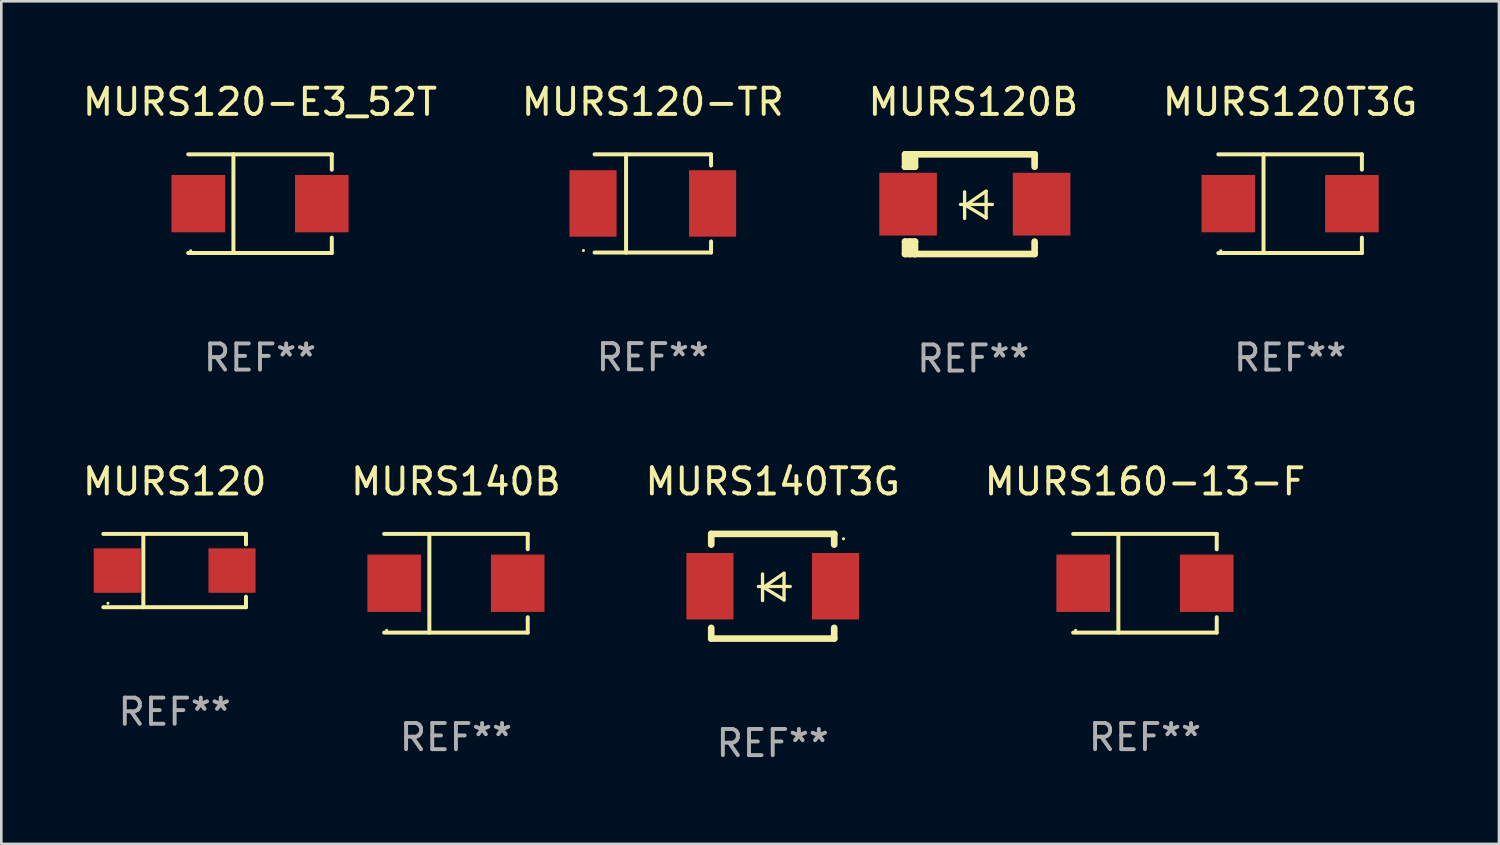
<source format=kicad_pcb>
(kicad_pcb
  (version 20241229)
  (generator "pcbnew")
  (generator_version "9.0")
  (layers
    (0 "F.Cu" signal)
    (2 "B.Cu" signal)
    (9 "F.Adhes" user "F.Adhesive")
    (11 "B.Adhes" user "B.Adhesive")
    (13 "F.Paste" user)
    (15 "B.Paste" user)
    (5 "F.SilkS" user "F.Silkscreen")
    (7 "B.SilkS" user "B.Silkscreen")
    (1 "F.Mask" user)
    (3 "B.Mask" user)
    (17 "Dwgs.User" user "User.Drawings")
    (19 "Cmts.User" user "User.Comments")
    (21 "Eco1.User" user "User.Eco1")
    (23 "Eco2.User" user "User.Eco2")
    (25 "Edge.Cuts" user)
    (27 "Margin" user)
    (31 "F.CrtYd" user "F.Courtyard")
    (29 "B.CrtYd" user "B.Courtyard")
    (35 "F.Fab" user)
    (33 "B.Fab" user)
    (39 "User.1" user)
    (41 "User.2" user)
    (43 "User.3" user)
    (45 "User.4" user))
  (footprint "MURS120T3G"
    (layer "F.Cu")
    (at 46.256 4.734)
    (property "Reference" "MURS120T3G" (at 0 -3.886 0) (layer "F.SilkS") (effects (font (size 1 1) (thickness 0.15))))
    (attr through_hole)
    (fp_line (start -2.744 -1.886) (end 2.744 -1.886) (stroke (width 0.152) (type solid)) (layer "F.SilkS"))
    (fp_line (start -2.744 1.886) (end 2.744 1.886) (stroke (width 0.152) (type solid)) (layer "F.SilkS"))
    (fp_line (start -1.016 -1.886) (end -1.016 1.886) (stroke (width 0.152) (type solid)) (layer "F.SilkS"))
    (fp_line (start 2.744 -1.886) (end 2.744 -1.299) (stroke (width 0.152) (type solid)) (layer "F.SilkS"))
    (fp_line (start 2.744 1.886) (end 2.744 1.299) (stroke (width 0.152) (type solid)) (layer "F.SilkS"))
    (fp_circle (center -2.65 1.8) (end -2.62 1.8) (stroke (width 0.06) (type solid)) (fill no) (layer "F.SilkS"))
    (fp_text user "REF**" (at 0 5.886 0) (layer "F.Fab") (effects (font (size 1 1) (thickness 0.15))))
    (pad "1" smd rect (at -2.361 0) (size 2.047 2.192) (layers "F.Cu" "F.Mask" "F.Paste"))
    (pad "2" smd rect (at 2.361 0) (size 2.047 2.192) (layers "F.Cu" "F.Mask" "F.Paste")))
  (footprint "MURS160-13-F"
    (layer "F.Cu")
    (at 40.708 19.241)
    (property "Reference" "MURS160-13-F" (at 0 -3.886 0) (layer "F.SilkS") (effects (font (size 1 1) (thickness 0.15))))
    (attr through_hole)
    (fp_line (start -2.744 -1.886) (end 2.744 -1.886) (stroke (width 0.152) (type solid)) (layer "F.SilkS"))
    (fp_line (start -2.744 1.886) (end 2.744 1.886) (stroke (width 0.152) (type solid)) (layer "F.SilkS"))
    (fp_line (start -1.016 -1.886) (end -1.016 1.886) (stroke (width 0.152) (type solid)) (layer "F.SilkS"))
    (fp_line (start 2.744 -1.886) (end 2.744 -1.299) (stroke (width 0.152) (type solid)) (layer "F.SilkS"))
    (fp_line (start 2.744 1.886) (end 2.744 1.299) (stroke (width 0.152) (type solid)) (layer "F.SilkS"))
    (fp_circle (center -2.65 1.8) (end -2.62 1.8) (stroke (width 0.06) (type solid)) (fill no) (layer "F.SilkS"))
    (fp_text user "REF**" (at 0 5.886 0) (layer "F.Fab") (effects (font (size 1 1) (thickness 0.15))))
    (pad "1" smd rect (at -2.361 0) (size 2.047 2.192) (layers "F.Cu" "F.Mask" "F.Paste"))
    (pad "2" smd rect (at 2.361 0) (size 2.047 2.192) (layers "F.Cu" "F.Mask" "F.Paste")))
  (footprint "MURS140T3G"
    (layer "F.Cu")
    (at 26.482 19.355)
    (property "Reference" "MURS140T3G" (at 0 -4 0) (layer "F.SilkS") (effects (font (size 1 1) (thickness 0.15))))
    (attr through_hole)
    (fp_line (start -2.35 -2) (end -2.35 -1.591) (stroke (width 0.254) (type solid)) (layer "F.SilkS"))
    (fp_line (start -2.35 -2) (end 2.35 -2) (stroke (width 0.254) (type solid)) (layer "F.SilkS"))
    (fp_line (start -2.35 1.591) (end -2.35 2) (stroke (width 0.254) (type solid)) (layer "F.SilkS"))
    (fp_line (start -2.35 2) (end 2.35 2) (stroke (width 0.254) (type solid)) (layer "F.SilkS"))
    (fp_line (start -0.548 0.01) (end 0.671 0.01) (stroke (width 0.127) (type solid)) (layer "F.SilkS"))
    (fp_line (start -0.389 -0.47) (end -0.389 0.546) (stroke (width 0.127) (type solid)) (layer "F.SilkS"))
    (fp_line (start -0.35 0.04) (end 0.433 0.52) (stroke (width 0.127) (type solid)) (layer "F.SilkS"))
    (fp_line (start 0.433 -0.5) (end -0.35 0.04) (stroke (width 0.127) (type solid)) (layer "F.SilkS"))
    (fp_line (start 0.433 0.53) (end 0.433 -0.486) (stroke (width 0.127) (type solid)) (layer "F.SilkS"))
    (fp_line (start 2.35 -2) (end 2.35 -1.591) (stroke (width 0.254) (type solid)) (layer "F.SilkS"))
    (fp_line (start 2.35 1.591) (end 2.35 2) (stroke (width 0.254) (type solid)) (layer "F.SilkS"))
    (fp_circle (center 2.704 -1.813) (end 2.734 -1.813) (stroke (width 0.06) (type solid)) (fill no) (layer "F.SilkS"))
    (fp_text user "REF**" (at 0 6 0) (layer "F.Fab") (effects (font (size 1 1) (thickness 0.15))))
    (pad "1" smd rect (at 2.4 0) (size 1.8 2.54) (layers "F.Cu" "F.Mask" "F.Paste"))
    (pad "2" smd rect (at -2.4 0) (size 1.8 2.54) (layers "F.Cu" "F.Mask" "F.Paste")))
  (footprint "MURS140B"
    (layer "F.Cu")
    (at 14.375 19.241)
    (property "Reference" "MURS140B" (at 0 -3.886 0) (layer "F.SilkS") (effects (font (size 1 1) (thickness 0.15))))
    (attr through_hole)
    (fp_line (start -2.744 -1.886) (end 2.744 -1.886) (stroke (width 0.152) (type solid)) (layer "F.SilkS"))
    (fp_line (start -2.744 1.886) (end 2.744 1.886) (stroke (width 0.152) (type solid)) (layer "F.SilkS"))
    (fp_line (start -1.016 -1.886) (end -1.016 1.886) (stroke (width 0.152) (type solid)) (layer "F.SilkS"))
    (fp_line (start 2.744 -1.886) (end 2.744 -1.299) (stroke (width 0.152) (type solid)) (layer "F.SilkS"))
    (fp_line (start 2.744 1.886) (end 2.744 1.299) (stroke (width 0.152) (type solid)) (layer "F.SilkS"))
    (fp_circle (center -2.65 1.8) (end -2.62 1.8) (stroke (width 0.06) (type solid)) (fill no) (layer "F.SilkS"))
    (fp_text user "REF**" (at 0 5.886 0) (layer "F.Fab") (effects (font (size 1 1) (thickness 0.15))))
    (pad "1" smd rect (at -2.361 0) (size 2.047 2.192) (layers "F.Cu" "F.Mask" "F.Paste"))
    (pad "2" smd rect (at 2.361 0) (size 2.047 2.192) (layers "F.Cu" "F.Mask" "F.Paste")))
  (footprint "MURS120B"
    (layer "F.Cu")
    (at 34.149 4.753)
    (property "Reference" "MURS120B" (at 0 -3.905 0) (layer "F.SilkS") (effects (font (size 1 1) (thickness 0.15))))
    (attr through_hole)
    (fp_line (start -2.609 -1.905) (end -2.609 -1.431) (stroke (width 0.254) (type solid)) (layer "F.SilkS"))
    (fp_line (start -2.609 1.431) (end -2.609 1.905) (stroke (width 0.254) (type solid)) (layer "F.SilkS"))
    (fp_line (start -2.609 1.431) (end -2.229 1.431) (stroke (width 0.254) (type solid)) (layer "F.SilkS"))
    (fp_line (start -2.609 1.905) (end -2.229 1.905) (stroke (width 0.254) (type solid)) (layer "F.SilkS"))
    (fp_line (start -2.609 -1.431) (end -2.609 -1.431) (stroke (width 0.254) (type solid)) (layer "F.SilkS"))
    (fp_line (start -2.427 -1.431) (end -2.427 -1.905) (stroke (width 0.254) (type solid)) (layer "F.SilkS"))
    (fp_line (start -2.427 1.905) (end -2.427 1.431) (stroke (width 0.254) (type solid)) (layer "F.SilkS"))
    (fp_line (start -2.229 -1.905) (end -2.609 -1.905) (stroke (width 0.254) (type solid)) (layer "F.SilkS"))
    (fp_line (start -2.229 -1.905) (end 2.343 -1.905) (stroke (width 0.254) (type solid)) (layer "F.SilkS"))
    (fp_line (start -2.229 -1.431) (end -2.609 -1.431) (stroke (width 0.254) (type solid)) (layer "F.SilkS"))
    (fp_line (start -2.229 -1.431) (end -2.229 -1.905) (stroke (width 0.254) (type solid)) (layer "F.SilkS"))
    (fp_line (start -2.229 1.905) (end -2.229 1.431) (stroke (width 0.254) (type solid)) (layer "F.SilkS"))
    (fp_line (start -0.491 0.01) (end 0.727 0.01) (stroke (width 0.127) (type solid)) (layer "F.SilkS"))
    (fp_line (start -0.333 -0.47) (end -0.333 0.546) (stroke (width 0.127) (type solid)) (layer "F.SilkS"))
    (fp_line (start -0.293 0.04) (end 0.489 0.52) (stroke (width 0.127) (type solid)) (layer "F.SilkS"))
    (fp_line (start 0.489 -0.5) (end -0.293 0.04) (stroke (width 0.127) (type solid)) (layer "F.SilkS"))
    (fp_line (start 0.489 0.53) (end 0.489 -0.486) (stroke (width 0.127) (type solid)) (layer "F.SilkS"))
    (fp_line (start 2.343 -1.905) (end 2.343 -1.431) (stroke (width 0.254) (type solid)) (layer "F.SilkS"))
    (fp_line (start 2.343 1.431) (end 2.343 1.905) (stroke (width 0.254) (type solid)) (layer "F.SilkS"))
    (fp_line (start 2.343 1.905) (end -2.229 1.905) (stroke (width 0.254) (type solid)) (layer "F.SilkS"))
    (fp_circle (center -2.643 1.8) (end -2.613 1.8) (stroke (width 0.06) (type solid)) (fill no) (layer "F.SilkS"))
    (fp_text user "REF**" (at 0 5.905 0) (layer "F.Fab") (effects (font (size 1 1) (thickness 0.15))))
    (pad "1" smd rect (at -2.493 0) (size 2.2 2.4) (layers "F.Cu" "F.Mask" "F.Paste"))
    (pad "2" smd rect (at 2.609 0) (size 2.2 2.4) (layers "F.Cu" "F.Mask" "F.Paste")))
  (footprint "MURS120-TR"
    (layer "F.Cu")
    (at 21.899 4.728)
    (property "Reference" "MURS120-TR" (at 0 -3.88 0) (layer "F.SilkS") (effects (font (size 1 1) (thickness 0.15))))
    (attr through_hole)
    (fp_line (start -2.226 -1.88) (end 2.226 -1.88) (stroke (width 0.152) (type solid)) (layer "F.SilkS"))
    (fp_line (start -2.226 1.873) (end 2.226 1.873) (stroke (width 0.152) (type solid)) (layer "F.SilkS"))
    (fp_line (start -1.022 -1.873) (end -1.022 1.88) (stroke (width 0.152) (type solid)) (layer "F.SilkS"))
    (fp_line (start 2.226 -1.88) (end 2.226 -1.453) (stroke (width 0.152) (type solid)) (layer "F.SilkS"))
    (fp_line (start 2.226 1.447) (end 2.226 1.873) (stroke (width 0.152) (type solid)) (layer "F.SilkS"))
    (fp_circle (center -2.65 1.797) (end -2.62 1.797) (stroke (width 0.06) (type solid)) (fill no) (layer "F.SilkS"))
    (fp_text user "REF**" (at 0 5.88 0) (layer "F.Fab") (effects (font (size 1 1) (thickness 0.15))))
    (pad "1" smd rect (at -2.285 -0.003) (size 1.8 2.54) (layers "F.Cu" "F.Mask" "F.Paste"))
    (pad "2" smd rect (at 2.285 -0.003) (size 1.8 2.54) (layers "F.Cu" "F.Mask" "F.Paste")))
  (footprint "MURS120"
    (layer "F.Cu")
    (at 3.625 18.756)
    (property "Reference" "MURS120" (at 0 -3.401 0) (layer "F.SilkS") (effects (font (size 1 1) (thickness 0.15))))
    (attr through_hole)
    (fp_line (start -2.726 -1.401) (end 2.726 -1.401) (stroke (width 0.152) (type solid)) (layer "F.SilkS"))
    (fp_line (start -2.726 1.401) (end 2.726 1.401) (stroke (width 0.152) (type solid)) (layer "F.SilkS"))
    (fp_line (start -1.197 -1.401) (end -1.197 1.401) (stroke (width 0.152) (type solid)) (layer "F.SilkS"))
    (fp_line (start 2.726 -1.401) (end 2.726 -1) (stroke (width 0.152) (type solid)) (layer "F.SilkS"))
    (fp_line (start 2.726 1.401) (end 2.726 1) (stroke (width 0.152) (type solid)) (layer "F.SilkS"))
    (fp_circle (center -2.55 1.25) (end -2.52 1.25) (stroke (width 0.06) (type solid)) (fill no) (layer "F.SilkS"))
    (fp_text user "REF**" (at 0 5.401 0) (layer "F.Fab") (effects (font (size 1 1) (thickness 0.15))))
    (pad "1" smd rect (at -2.192 0) (size 1.8 1.7) (layers "F.Cu" "F.Mask" "F.Paste"))
    (pad "2" smd rect (at 2.192 0) (size 1.8 1.7) (layers "F.Cu" "F.Mask" "F.Paste")))
  (footprint "MURS120-E3_52T"
    (layer "F.Cu")
    (at 6.887 4.734)
    (property "Reference" "MURS120-E3_52T" (at 0 -3.886 0) (layer "F.SilkS") (effects (font (size 1 1) (thickness 0.15))))
    (attr through_hole)
    (fp_line (start -2.744 -1.886) (end 2.744 -1.886) (stroke (width 0.152) (type solid)) (layer "F.SilkS"))
    (fp_line (start -2.744 1.886) (end 2.744 1.886) (stroke (width 0.152) (type solid)) (layer "F.SilkS"))
    (fp_line (start -1.016 -1.886) (end -1.016 1.886) (stroke (width 0.152) (type solid)) (layer "F.SilkS"))
    (fp_line (start 2.744 -1.886) (end 2.744 -1.299) (stroke (width 0.152) (type solid)) (layer "F.SilkS"))
    (fp_line (start 2.744 1.886) (end 2.744 1.299) (stroke (width 0.152) (type solid)) (layer "F.SilkS"))
    (fp_circle (center -2.65 1.8) (end -2.62 1.8) (stroke (width 0.06) (type solid)) (fill no) (layer "F.SilkS"))
    (fp_text user "REF**" (at 0 5.886 0) (layer "F.Fab") (effects (font (size 1 1) (thickness 0.15))))
    (pad "1" smd rect (at -2.361 0) (size 2.047 2.192) (layers "F.Cu" "F.Mask" "F.Paste"))
    (pad "2" smd rect (at 2.361 0) (size 2.047 2.192) (layers "F.Cu" "F.Mask" "F.Paste")))
  (gr_rect
    (start -3 -3)
    (end 54.238 29.203)
    (stroke (width 0.1) (type default))
    (fill no)
    (layer "Edge.Cuts")))
</source>
